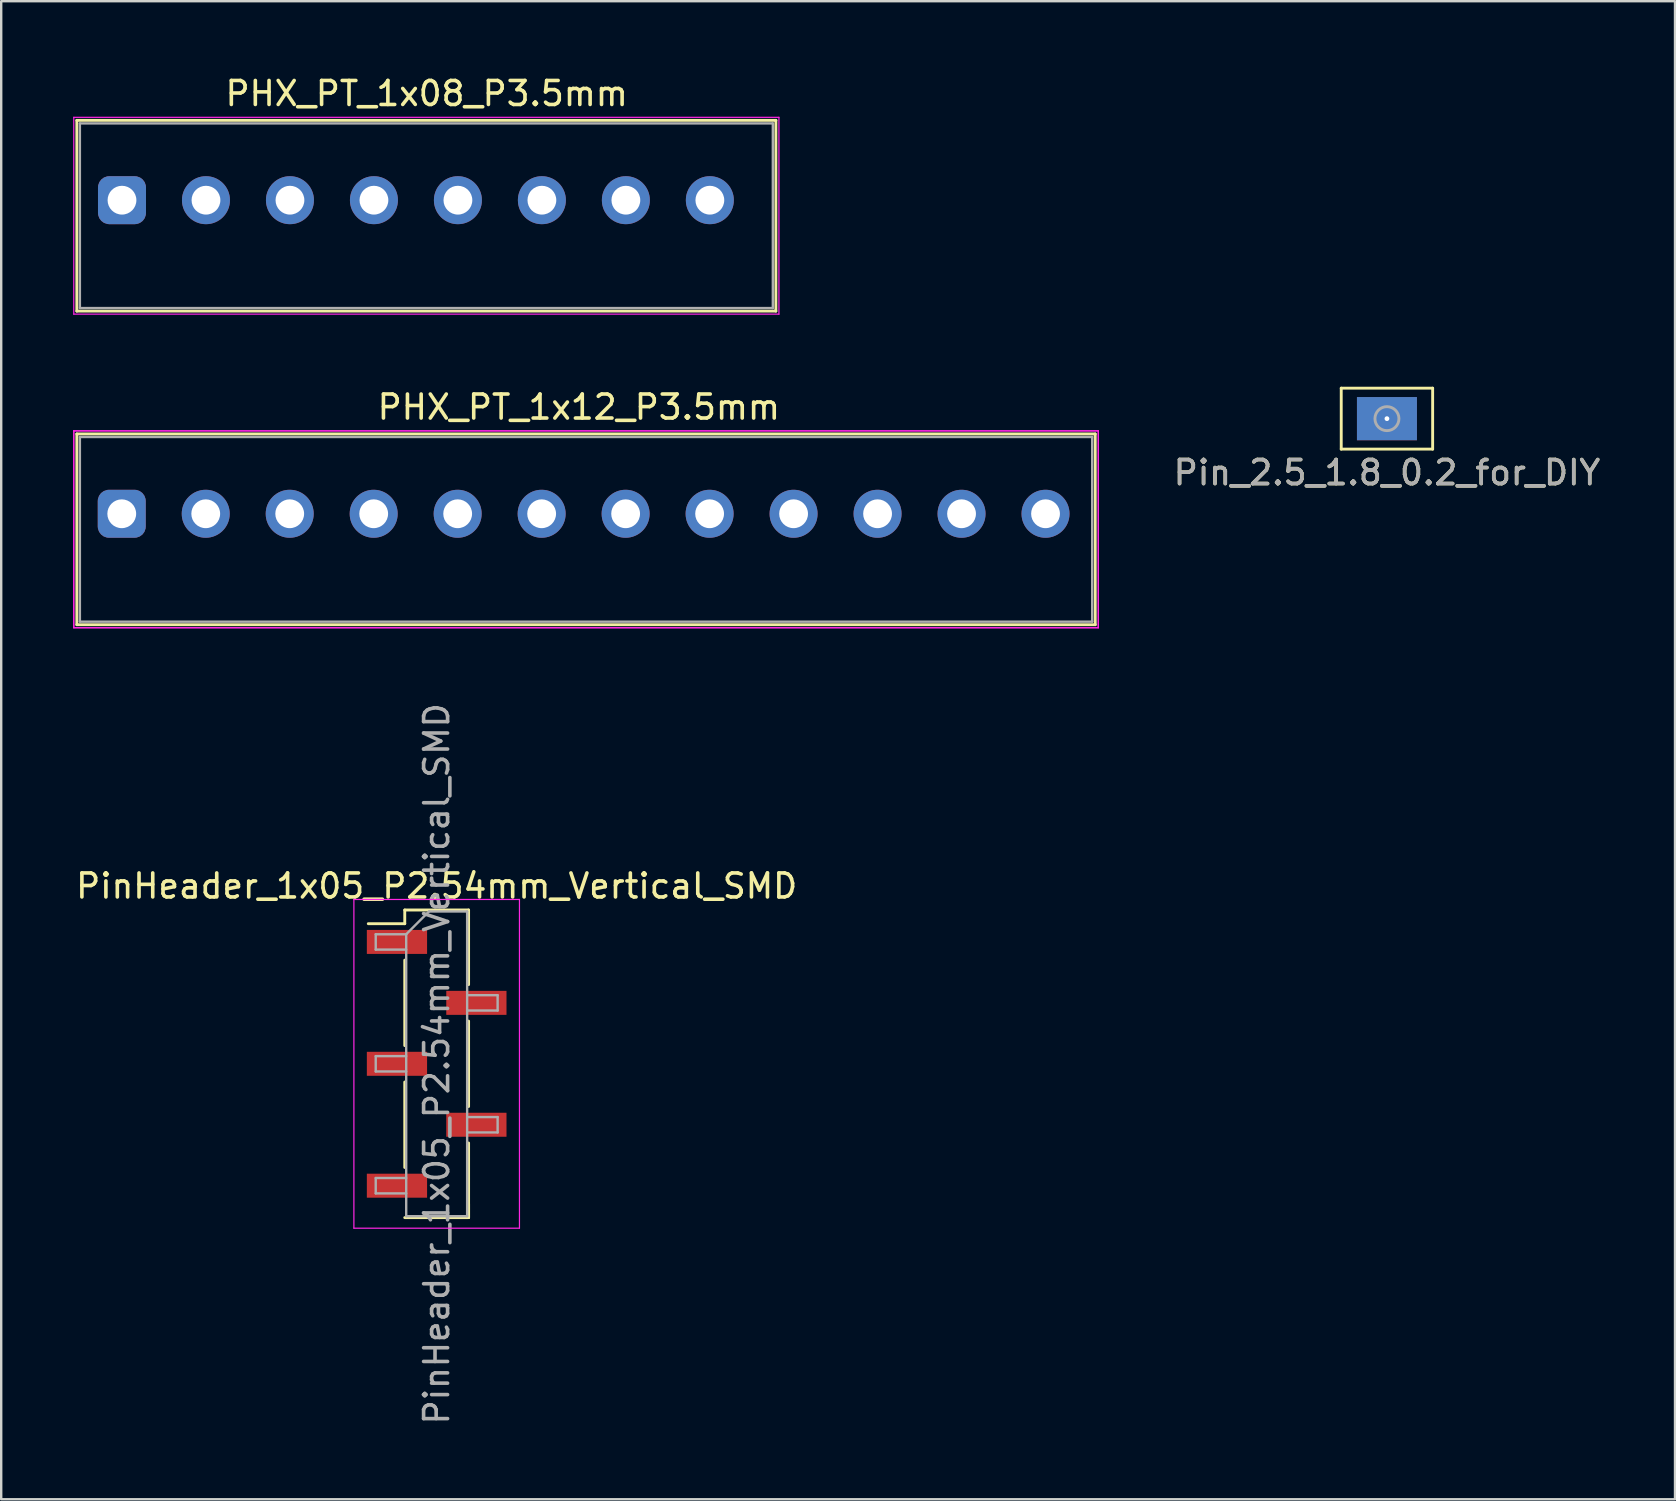
<source format=kicad_pcb>
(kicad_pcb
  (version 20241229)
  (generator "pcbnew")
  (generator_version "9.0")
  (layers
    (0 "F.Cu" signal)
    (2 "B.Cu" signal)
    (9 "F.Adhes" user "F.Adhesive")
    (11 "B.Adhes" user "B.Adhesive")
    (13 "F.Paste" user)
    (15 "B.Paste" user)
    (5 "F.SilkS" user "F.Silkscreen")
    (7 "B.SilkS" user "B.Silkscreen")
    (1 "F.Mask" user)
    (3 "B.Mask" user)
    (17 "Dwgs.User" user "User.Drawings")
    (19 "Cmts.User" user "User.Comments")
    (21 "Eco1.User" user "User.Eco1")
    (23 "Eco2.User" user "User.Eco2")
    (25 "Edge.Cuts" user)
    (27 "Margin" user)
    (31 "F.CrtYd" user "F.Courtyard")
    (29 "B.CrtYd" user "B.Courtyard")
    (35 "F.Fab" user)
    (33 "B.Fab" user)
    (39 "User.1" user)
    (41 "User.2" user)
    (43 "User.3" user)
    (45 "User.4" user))
  (footprint "Pin_2.5_1.8_0.2_for_DIY"
    (layer "F.Cu")
    (at 54.753 14.398)
    (property "Reference" "Pin_2.5_1.8_0.2_for_DIY" (at 0 2.25 0) (layer "F.SilkS") (effects (font (size 1 1) (thickness 0.15))))
    (attr through_hole)
    (fp_line (start -1.905 -1.27) (end 1.905 -1.27) (stroke (width 0.12) (type solid)) (layer "F.SilkS"))
    (fp_line (start -1.905 1.27) (end -1.905 -1.27) (stroke (width 0.12) (type solid)) (layer "F.SilkS"))
    (fp_line (start -1.905 1.27) (end 1.905 1.27) (stroke (width 0.12) (type solid)) (layer "F.SilkS"))
    (fp_line (start 1.905 -1.27) (end 1.905 1.27) (stroke (width 0.12) (type solid)) (layer "F.SilkS"))
    (fp_circle (center 0 0) (end 0.5 0) (stroke (width 0.12) (type solid)) (fill no) (layer "F.Fab"))
    (fp_text user "${REFERENCE}" (at 0 2.25 0) (layer "F.Fab") (effects (font (size 1 1) (thickness 0.15))))
    (pad "1" thru_hole rect (at 0 0) (size 2.5 1.8) (drill 0.2) (layers "*.Cu" "*.Mask")))
  (footprint "PHX_PT_1x08_P3.5mm"
    (layer "F.Cu")
    (at 2.034 5.293)
    (property "Reference" "PHX_PT_1x08_P3.5mm" (at 12.7 -4.445 0) (layer "F.SilkS") (effects (font (size 1 1) (thickness 0.15))))
    (attr through_hole)
    (fp_line (start -1.882 -3.327) (end -1.882 4.623) (stroke (width 0.12) (type solid)) (layer "F.SilkS"))
    (fp_line (start -1.882 4.623) (end 27.252 4.623) (stroke (width 0.12) (type solid)) (layer "F.SilkS"))
    (fp_line (start 27.252 -3.327) (end -1.882 -3.327) (stroke (width 0.12) (type solid)) (layer "F.SilkS"))
    (fp_line (start 27.252 4.623) (end 27.252 -3.327) (stroke (width 0.12) (type solid)) (layer "F.SilkS"))
    (fp_line (start -2.009 -3.454) (end -2.009 4.75) (stroke (width 0.05) (type solid)) (layer "F.CrtYd"))
    (fp_line (start -2.009 4.75) (end 27.379 4.75) (stroke (width 0.05) (type solid)) (layer "F.CrtYd"))
    (fp_line (start 27.379 -3.454) (end -2.009 -3.454) (stroke (width 0.05) (type solid)) (layer "F.CrtYd"))
    (fp_line (start 27.379 4.75) (end 27.379 -3.454) (stroke (width 0.05) (type solid)) (layer "F.CrtYd"))
    (fp_line (start -1.755 -3.2) (end -1.755 4.496) (stroke (width 0.1) (type solid)) (layer "F.Fab"))
    (fp_line (start -1.755 4.496) (end 27.125 4.496) (stroke (width 0.1) (type solid)) (layer "F.Fab"))
    (fp_line (start 27.125 -3.2) (end -1.755 -3.2) (stroke (width 0.1) (type solid)) (layer "F.Fab"))
    (fp_line (start 27.125 4.496) (end 27.125 -3.2) (stroke (width 0.1) (type solid)) (layer "F.Fab"))
    (pad "1" thru_hole roundrect (at 0 0) (size 2 2) (drill 1.2) (layers "*.Cu" "*.Mask") (roundrect_rratio 0.235))
    (pad "2" thru_hole circle (at 3.5 0) (size 2 2) (drill 1.2) (layers "*.Cu" "*.Mask"))
    (pad "3" thru_hole circle (at 7 0) (size 2 2) (drill 1.2) (layers "*.Cu" "*.Mask"))
    (pad "4" thru_hole circle (at 10.5 0) (size 2 2) (drill 1.2) (layers "*.Cu" "*.Mask"))
    (pad "5" thru_hole circle (at 14 0) (size 2 2) (drill 1.2) (layers "*.Cu" "*.Mask"))
    (pad "6" thru_hole circle (at 17.5 0) (size 2 2) (drill 1.2) (layers "*.Cu" "*.Mask"))
    (pad "7" thru_hole circle (at 21 0) (size 2 2) (drill 1.2) (layers "*.Cu" "*.Mask"))
    (pad "8" thru_hole circle (at 24.5 0) (size 2 2) (drill 1.2) (layers "*.Cu" "*.Mask")))
  (footprint "PinHeader_1x05_P2.54mm_Vertical_SMD"
    (layer "F.Cu")
    (at 15.149 41.286)
    (property "Reference" "PinHeader_1x05_P2.54mm_Vertical_SMD" (at 0 -7.41 0) (layer "F.SilkS") (effects (font (size 1 1) (thickness 0.15))))
    (attr smd)
    (fp_line (start -1.33 -6.41) (end -1.33 -5.84) (stroke (width 0.12) (type solid)) (layer "F.SilkS"))
    (fp_line (start -1.33 -6.41) (end 1.33 -6.41) (stroke (width 0.12) (type solid)) (layer "F.SilkS"))
    (fp_line (start -1.33 -5.84) (end -2.85 -5.84) (stroke (width 0.12) (type solid)) (layer "F.SilkS"))
    (fp_line (start -1.33 -4.32) (end -1.33 -0.76) (stroke (width 0.12) (type solid)) (layer "F.SilkS"))
    (fp_line (start -1.33 0.76) (end -1.33 4.32) (stroke (width 0.12) (type solid)) (layer "F.SilkS"))
    (fp_line (start -1.33 6.41) (end 1.33 6.41) (stroke (width 0.12) (type solid)) (layer "F.SilkS"))
    (fp_line (start 1.33 -6.41) (end 1.33 -3.3) (stroke (width 0.12) (type solid)) (layer "F.SilkS"))
    (fp_line (start 1.33 -1.78) (end 1.33 1.78) (stroke (width 0.12) (type solid)) (layer "F.SilkS"))
    (fp_line (start 1.33 3.3) (end 1.33 6.41) (stroke (width 0.12) (type solid)) (layer "F.SilkS"))
    (fp_line (start 1.33 5.84) (end 1.33 6.41) (stroke (width 0.12) (type solid)) (layer "F.SilkS"))
    (fp_line (start -3.45 -6.85) (end -3.45 6.85) (stroke (width 0.05) (type solid)) (layer "F.CrtYd"))
    (fp_line (start -3.45 6.85) (end 3.45 6.85) (stroke (width 0.05) (type solid)) (layer "F.CrtYd"))
    (fp_line (start 3.45 -6.85) (end -3.45 -6.85) (stroke (width 0.05) (type solid)) (layer "F.CrtYd"))
    (fp_line (start 3.45 6.85) (end 3.45 -6.85) (stroke (width 0.05) (type solid)) (layer "F.CrtYd"))
    (fp_line (start -2.54 -5.4) (end -2.54 -4.76) (stroke (width 0.1) (type solid)) (layer "F.Fab"))
    (fp_line (start -2.54 -4.76) (end -1.27 -4.76) (stroke (width 0.1) (type solid)) (layer "F.Fab"))
    (fp_line (start -2.54 -0.32) (end -2.54 0.32) (stroke (width 0.1) (type solid)) (layer "F.Fab"))
    (fp_line (start -2.54 0.32) (end -1.27 0.32) (stroke (width 0.1) (type solid)) (layer "F.Fab"))
    (fp_line (start -2.54 4.76) (end -2.54 5.4) (stroke (width 0.1) (type solid)) (layer "F.Fab"))
    (fp_line (start -2.54 5.4) (end -1.27 5.4) (stroke (width 0.1) (type solid)) (layer "F.Fab"))
    (fp_line (start -1.27 -5.4) (end -2.54 -5.4) (stroke (width 0.1) (type solid)) (layer "F.Fab"))
    (fp_line (start -1.27 -5.4) (end -0.32 -6.35) (stroke (width 0.1) (type solid)) (layer "F.Fab"))
    (fp_line (start -1.27 -0.32) (end -2.54 -0.32) (stroke (width 0.1) (type solid)) (layer "F.Fab"))
    (fp_line (start -1.27 4.76) (end -2.54 4.76) (stroke (width 0.1) (type solid)) (layer "F.Fab"))
    (fp_line (start -1.27 6.35) (end -1.27 -5.4) (stroke (width 0.1) (type solid)) (layer "F.Fab"))
    (fp_line (start -0.32 -6.35) (end 1.27 -6.35) (stroke (width 0.1) (type solid)) (layer "F.Fab"))
    (fp_line (start 1.27 -6.35) (end 1.27 6.35) (stroke (width 0.1) (type solid)) (layer "F.Fab"))
    (fp_line (start 1.27 -2.86) (end 2.54 -2.86) (stroke (width 0.1) (type solid)) (layer "F.Fab"))
    (fp_line (start 1.27 2.22) (end 2.54 2.22) (stroke (width 0.1) (type solid)) (layer "F.Fab"))
    (fp_line (start 1.27 6.35) (end -1.27 6.35) (stroke (width 0.1) (type solid)) (layer "F.Fab"))
    (fp_line (start 2.54 -2.86) (end 2.54 -2.22) (stroke (width 0.1) (type solid)) (layer "F.Fab"))
    (fp_line (start 2.54 -2.22) (end 1.27 -2.22) (stroke (width 0.1) (type solid)) (layer "F.Fab"))
    (fp_line (start 2.54 2.22) (end 2.54 2.86) (stroke (width 0.1) (type solid)) (layer "F.Fab"))
    (fp_line (start 2.54 2.86) (end 1.27 2.86) (stroke (width 0.1) (type solid)) (layer "F.Fab"))
    (fp_text user "${REFERENCE}" (at 0 0 90) (layer "F.Fab") (effects (font (size 1 1) (thickness 0.15))))
    (pad "1" smd rect (at -1.655 -5.08) (size 2.51 1) (layers "F.Cu" "F.Mask" "F.Paste"))
    (pad "2" smd rect (at 1.655 -2.54) (size 2.51 1) (layers "F.Cu" "F.Mask" "F.Paste"))
    (pad "3" smd rect (at -1.655 0) (size 2.51 1) (layers "F.Cu" "F.Mask" "F.Paste"))
    (pad "4" smd rect (at 1.655 2.54) (size 2.51 1) (layers "F.Cu" "F.Mask" "F.Paste"))
    (pad "5" smd rect (at -1.655 5.08) (size 2.51 1) (layers "F.Cu" "F.Mask" "F.Paste")))
  (footprint "PHX_PT_1x12_P3.5mm"
    (layer "F.Cu")
    (at 2.024 18.362)
    (property "Reference" "PHX_PT_1x12_P3.5mm" (at 19.05 -4.445 0) (layer "F.SilkS") (effects (font (size 1 1) (thickness 0.15))))
    (attr through_hole)
    (fp_line (start -1.872 -3.327) (end -1.872 4.623) (stroke (width 0.12) (type solid)) (layer "F.SilkS"))
    (fp_line (start -1.872 4.623) (end 40.572 4.623) (stroke (width 0.12) (type solid)) (layer "F.SilkS"))
    (fp_line (start 40.572 -3.327) (end -1.872 -3.327) (stroke (width 0.12) (type solid)) (layer "F.SilkS"))
    (fp_line (start 40.572 4.623) (end 40.572 -3.327) (stroke (width 0.12) (type solid)) (layer "F.SilkS"))
    (fp_line (start -1.999 -3.454) (end -1.999 4.75) (stroke (width 0.05) (type solid)) (layer "F.CrtYd"))
    (fp_line (start -1.999 -3.454) (end -1.999 4.75) (stroke (width 0.05) (type solid)) (layer "F.CrtYd"))
    (fp_line (start -1.999 4.75) (end 40.699 4.75) (stroke (width 0.05) (type solid)) (layer "F.CrtYd"))
    (fp_line (start -1.999 4.75) (end 40.699 4.75) (stroke (width 0.05) (type solid)) (layer "F.CrtYd"))
    (fp_line (start 40.699 -3.454) (end -1.999 -3.454) (stroke (width 0.05) (type solid)) (layer "F.CrtYd"))
    (fp_line (start 40.699 -3.454) (end -1.999 -3.454) (stroke (width 0.05) (type solid)) (layer "F.CrtYd"))
    (fp_line (start 40.699 4.75) (end 40.699 -3.454) (stroke (width 0.05) (type solid)) (layer "F.CrtYd"))
    (fp_line (start 40.699 4.75) (end 40.699 -3.454) (stroke (width 0.05) (type solid)) (layer "F.CrtYd"))
    (fp_line (start -1.745 -3.2) (end -1.745 4.496) (stroke (width 0.1) (type solid)) (layer "F.Fab"))
    (fp_line (start -1.745 4.496) (end 40.445 4.496) (stroke (width 0.1) (type solid)) (layer "F.Fab"))
    (fp_line (start 40.445 -3.2) (end -1.745 -3.2) (stroke (width 0.1) (type solid)) (layer "F.Fab"))
    (fp_line (start 40.445 4.496) (end 40.445 -3.2) (stroke (width 0.1) (type solid)) (layer "F.Fab"))
    (pad "1" thru_hole roundrect (at 0 0) (size 2 2) (drill 1.2) (layers "*.Cu" "*.Mask") (roundrect_rratio 0.235))
    (pad "2" thru_hole circle (at 3.5 0) (size 2 2) (drill 1.2) (layers "*.Cu" "*.Mask"))
    (pad "3" thru_hole circle (at 7 0) (size 2 2) (drill 1.2) (layers "*.Cu" "*.Mask"))
    (pad "4" thru_hole circle (at 10.5 0) (size 2 2) (drill 1.2) (layers "*.Cu" "*.Mask"))
    (pad "5" thru_hole circle (at 14 0) (size 2 2) (drill 1.2) (layers "*.Cu" "*.Mask"))
    (pad "6" thru_hole circle (at 17.5 0) (size 2 2) (drill 1.2) (layers "*.Cu" "*.Mask"))
    (pad "7" thru_hole circle (at 21 0) (size 2 2) (drill 1.2) (layers "*.Cu" "*.Mask"))
    (pad "8" thru_hole circle (at 24.5 0) (size 2 2) (drill 1.2) (layers "*.Cu" "*.Mask"))
    (pad "9" thru_hole circle (at 28 0) (size 2 2) (drill 1.2) (layers "*.Cu" "*.Mask"))
    (pad "10" thru_hole circle (at 31.5 0) (size 2 2) (drill 1.2) (layers "*.Cu" "*.Mask"))
    (pad "11" thru_hole circle (at 35 0) (size 2 2) (drill 1.2) (layers "*.Cu" "*.Mask"))
    (pad "12" thru_hole circle (at 38.5 0) (size 2 2) (drill 1.2) (layers "*.Cu" "*.Mask")))
  (gr_rect
    (start -3 -3)
    (end 66.759 59.435)
    (stroke (width 0.1) (type default))
    (fill no)
    (layer "Edge.Cuts")))
</source>
